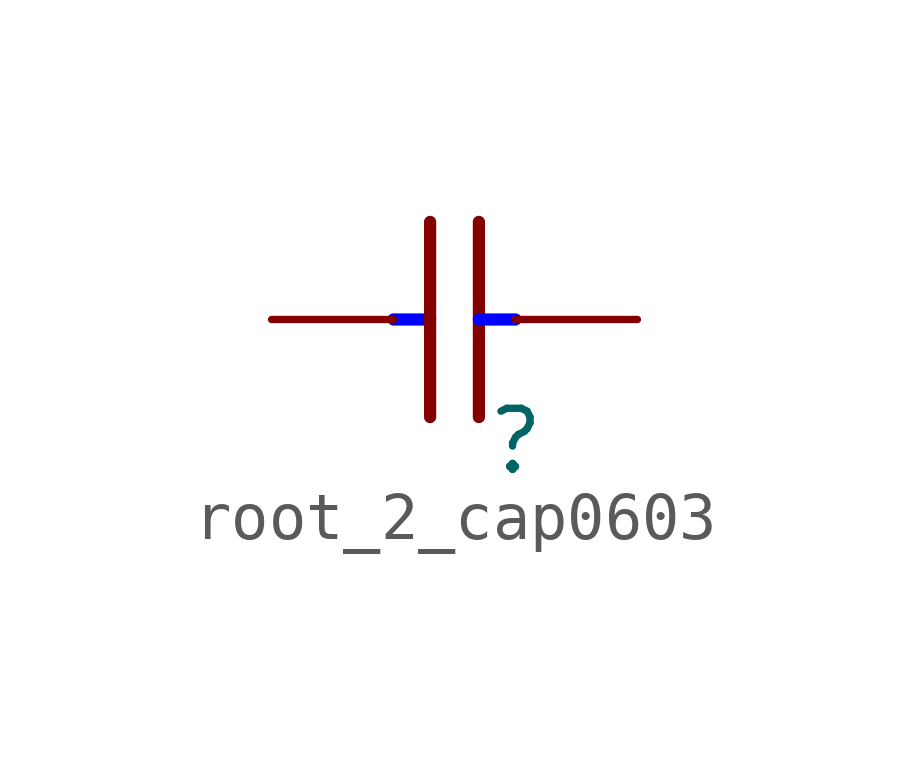
<source format=kicad_sym>
(kicad_symbol_lib
  (version 20220914)
  (generator kicad_symbol_editor)
  (symbol "root_2_cap0603"
    (property "Reference" ""
      (at 0 0 0)
      (effects (font (size 1.27 1.27))))
    (property "Value" ""
      (at 0 0 0)
      (effects (font (size 1.27 1.27))))
    (symbol "root_2_cap0603_1_0"
      (polyline (pts (xy -2.54 2.54) (xy -1.778 2.54)) (stroke (width 0.254) (type solid) (color 0 0 255 1)) (fill (type none)))
      (polyline (pts (xy -1.778 0.508) (xy -1.778 4.572)) (stroke (width 0.254) (type solid)) (fill (type none)))
      (polyline (pts (xy -0.762 4.572) (xy -0.762 0.508)) (stroke (width 0.254) (type solid)) (fill (type none)))
      (polyline (pts (xy 0 2.54) (xy -0.762 2.54)) (stroke (width 0.254) (type solid) (color 0 0 255 1)) (fill (type none)))
      (pin passive line (at 2.54 2.54 180) (length 2.54) (name "1" (effects (font (size 0 0)))) (number "1" (effects (font (size 0 0)))))
      (pin passive line (at -5.08 2.54 0) (length 2.54) (name "2" (effects (font (size 0 0)))) (number "2" (effects (font (size 0 0))))))))
</source>
